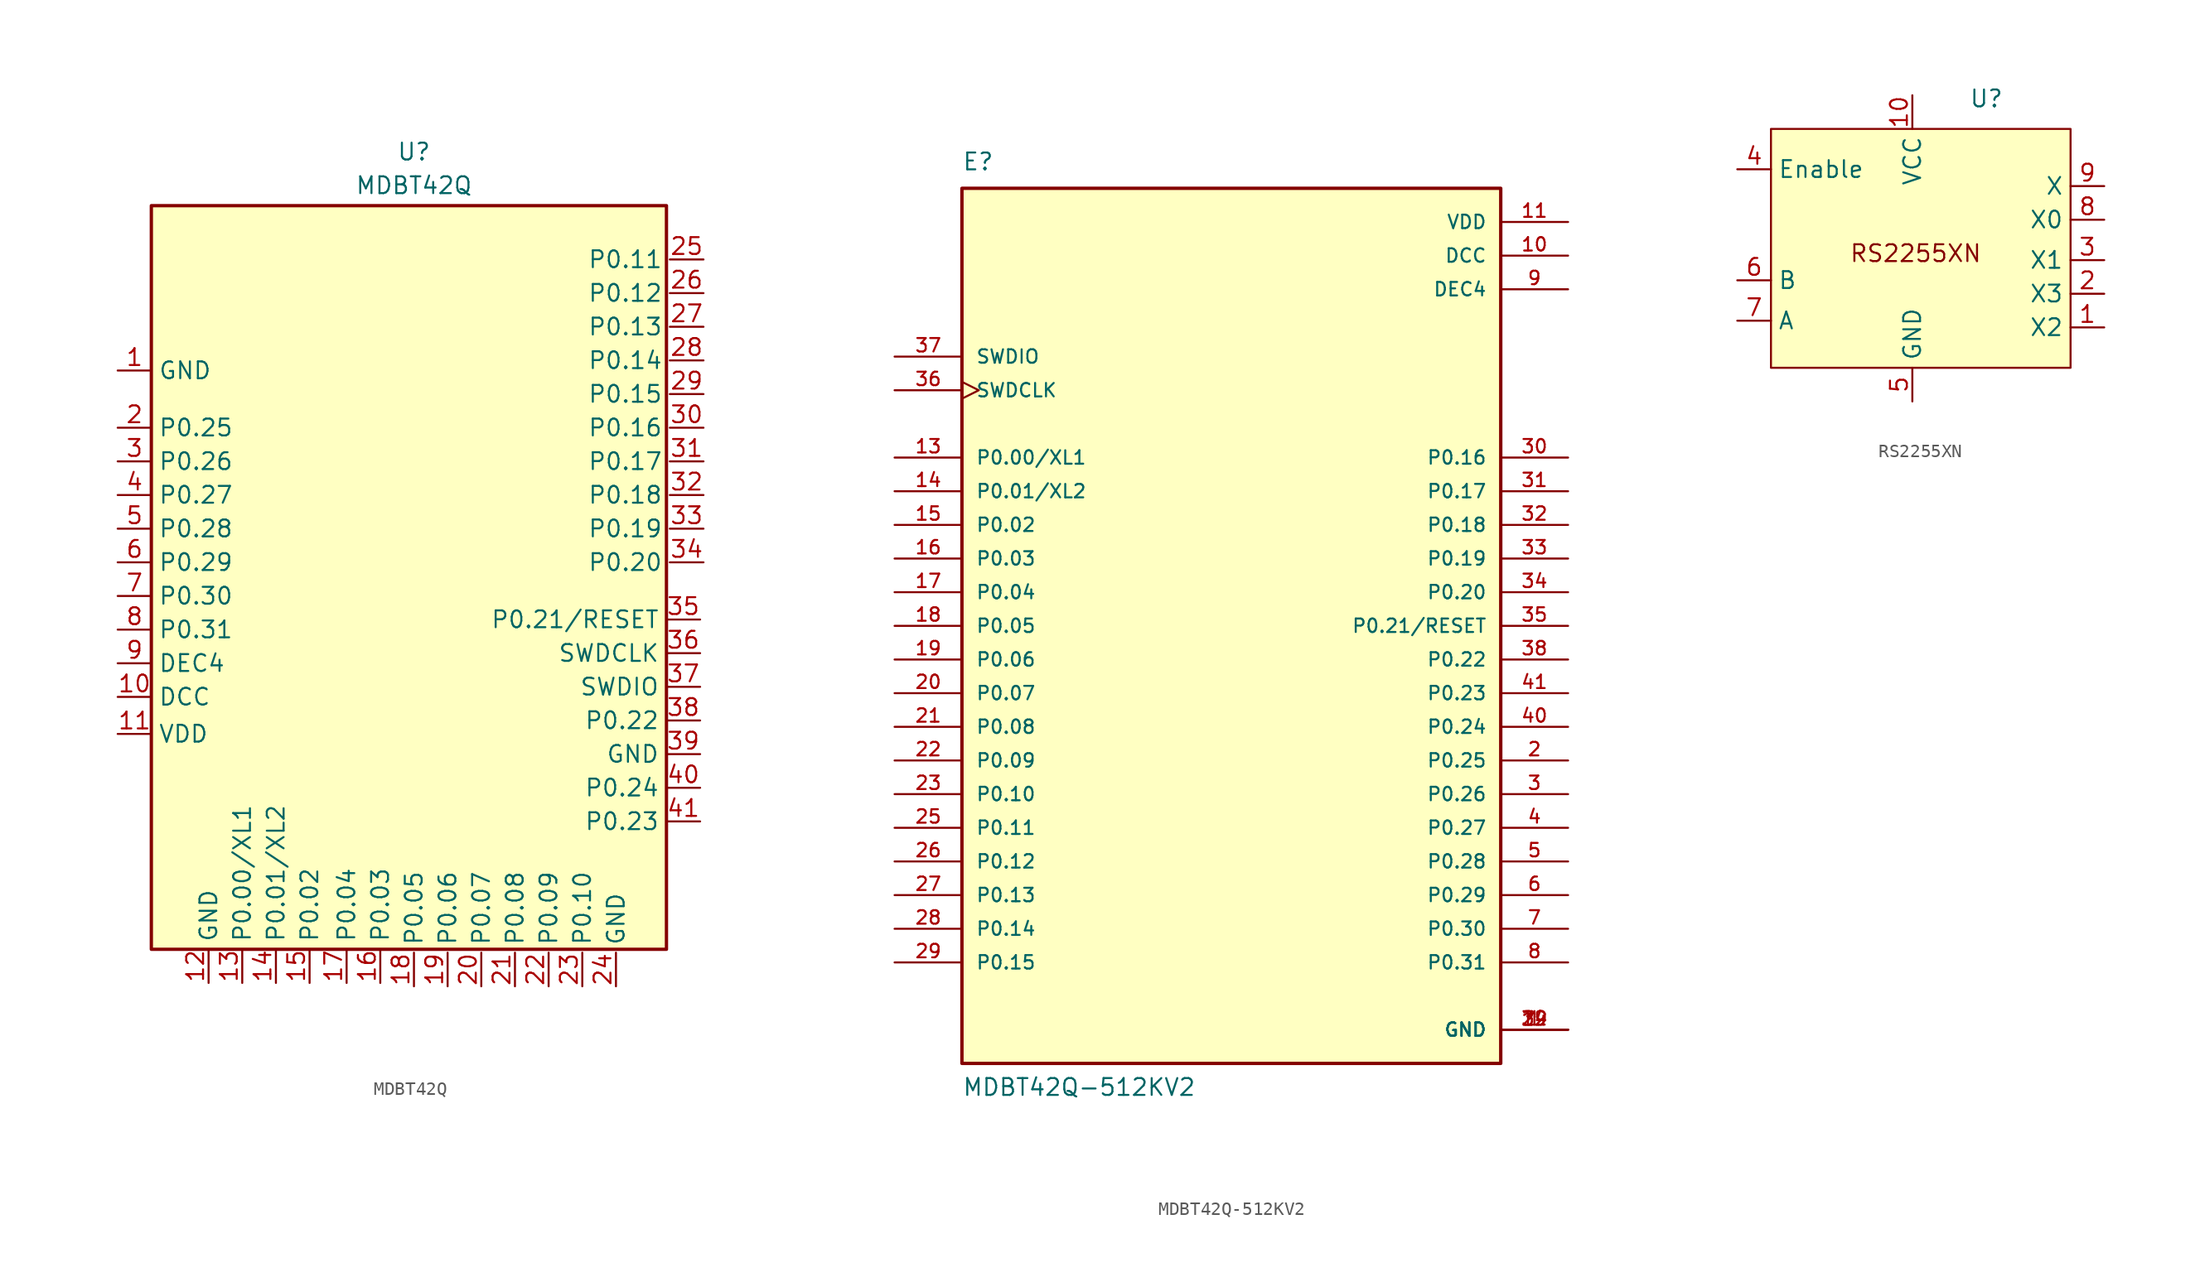
<source format=kicad_sym>
(kicad_symbol_lib
  (version 20220914)
  (generator kicad_symbol_editor)
  (symbol "MDBT42Q"
    (property "Reference" "U"
      (at 0 34.544 0)
      (effects (font (size 1.27 1.27))))
    (property "Value" "MDBT42Q"
      (at 0 32.004 0)
      (effects (font (size 1.27 1.27))))
    (symbol "MDBT42Q_0_0"
      (pin input line (at -22.352 -6.604 0) (length 2.54) (name "DCC" (effects (font (size 1.27 1.27)))) (number "10" (effects (font (size 1.27 1.27)))))
      (pin input line (at -22.352 -9.398 0) (length 2.54) (name "VDD" (effects (font (size 1.27 1.27)))) (number "11" (effects (font (size 1.27 1.27)))))
      (pin input line (at -15.494 -28.194 90) (length 2.54) (name "GND" (effects (font (size 1.27 1.27)))) (number "12" (effects (font (size 1.27 1.27)))))
      (pin input line (at -12.954 -28.194 90) (length 2.54) (name "P0.00/XL1" (effects (font (size 1.27 1.27)))) (number "13" (effects (font (size 1.27 1.27)))))
      (pin input line (at -10.414 -28.194 90) (length 2.54) (name "P0.01/XL2" (effects (font (size 1.27 1.27)))) (number "14" (effects (font (size 1.27 1.27)))))
      (pin input line (at -7.874 -28.194 90) (length 2.54) (name "P0.02" (effects (font (size 1.27 1.27)))) (number "15" (effects (font (size 1.27 1.27)))))
      (pin input line (at -2.54 -28.194 90) (length 2.54) (name "P0.03" (effects (font (size 1.27 1.27)))) (number "16" (effects (font (size 1.27 1.27)))))
      (pin input line (at -5.08 -28.194 90) (length 2.54) (name "P0.04" (effects (font (size 1.27 1.27)))) (number "17" (effects (font (size 1.27 1.27)))))
      (pin input line (at 0 -28.448 90) (length 2.54) (name "P0.05" (effects (font (size 1.27 1.27)))) (number "18" (effects (font (size 1.27 1.27)))))
      (pin input line (at 2.54 -28.448 90) (length 2.54) (name "P0.06" (effects (font (size 1.27 1.27)))) (number "19" (effects (font (size 1.27 1.27)))))
      (pin input line (at 5.08 -28.448 90) (length 2.54) (name "P0.07" (effects (font (size 1.27 1.27)))) (number "20" (effects (font (size 1.27 1.27)))))
      (pin input line (at 7.62 -28.448 90) (length 2.54) (name "P0.08" (effects (font (size 1.27 1.27)))) (number "21" (effects (font (size 1.27 1.27)))))
      (pin input line (at 10.16 -28.448 90) (length 2.54) (name "P0.09" (effects (font (size 1.27 1.27)))) (number "22" (effects (font (size 1.27 1.27)))))
      (pin input line (at 12.7 -28.448 90) (length 2.54) (name "P0.10" (effects (font (size 1.27 1.27)))) (number "23" (effects (font (size 1.27 1.27)))))
      (pin input line (at 15.24 -28.448 90) (length 2.54) (name "GND" (effects (font (size 1.27 1.27)))) (number "24" (effects (font (size 1.27 1.27)))))
      (pin input line (at 21.844 26.416 180) (length 2.54) (name "P0.11" (effects (font (size 1.27 1.27)))) (number "25" (effects (font (size 1.27 1.27)))))
      (pin input line (at 21.844 23.876 180) (length 2.54) (name "P0.12" (effects (font (size 1.27 1.27)))) (number "26" (effects (font (size 1.27 1.27)))))
      (pin input line (at 21.844 21.336 180) (length 2.54) (name "P0.13" (effects (font (size 1.27 1.27)))) (number "27" (effects (font (size 1.27 1.27)))))
      (pin input line (at 21.844 18.796 180) (length 2.54) (name "P0.14" (effects (font (size 1.27 1.27)))) (number "28" (effects (font (size 1.27 1.27)))))
      (pin input line (at 21.844 16.256 180) (length 2.54) (name "P0.15" (effects (font (size 1.27 1.27)))) (number "29" (effects (font (size 1.27 1.27)))))
      (pin input line (at -22.352 11.176 0) (length 2.54) (name "P0.26" (effects (font (size 1.27 1.27)))) (number "3" (effects (font (size 1.27 1.27)))))
      (pin input line (at 21.844 13.716 180) (length 2.54) (name "P0.16" (effects (font (size 1.27 1.27)))) (number "30" (effects (font (size 1.27 1.27)))))
      (pin input line (at 21.844 11.176 180) (length 2.54) (name "P0.17" (effects (font (size 1.27 1.27)))) (number "31" (effects (font (size 1.27 1.27)))))
      (pin input line (at 21.844 8.636 180) (length 2.54) (name "P0.18" (effects (font (size 1.27 1.27)))) (number "32" (effects (font (size 1.27 1.27)))))
      (pin input line (at 21.844 6.096 180) (length 2.54) (name "P0.19" (effects (font (size 1.27 1.27)))) (number "33" (effects (font (size 1.27 1.27)))))
      (pin input line (at 21.844 3.556 180) (length 2.54) (name "P0.20" (effects (font (size 1.27 1.27)))) (number "34" (effects (font (size 1.27 1.27)))))
      (pin input line (at 21.59 -0.762 180) (length 2.54) (name "P0.21/RESET" (effects (font (size 1.27 1.27)))) (number "35" (effects (font (size 1.27 1.27)))))
      (pin input line (at 21.59 -3.302 180) (length 2.54) (name "SWDCLK" (effects (font (size 1.27 1.27)))) (number "36" (effects (font (size 1.27 1.27)))))
      (pin input line (at 21.59 -5.842 180) (length 2.54) (name "SWDIO" (effects (font (size 1.27 1.27)))) (number "37" (effects (font (size 1.27 1.27)))))
      (pin input line (at 21.59 -8.382 180) (length 2.54) (name "P0.22" (effects (font (size 1.27 1.27)))) (number "38" (effects (font (size 1.27 1.27)))))
      (pin input line (at 21.59 -10.922 180) (length 2.54) (name "GND" (effects (font (size 1.27 1.27)))) (number "39" (effects (font (size 1.27 1.27)))))
      (pin input line (at -22.352 8.636 0) (length 2.54) (name "P0.27" (effects (font (size 1.27 1.27)))) (number "4" (effects (font (size 1.27 1.27)))))
      (pin input line (at 21.59 -13.462 180) (length 2.54) (name "P0.24" (effects (font (size 1.27 1.27)))) (number "40" (effects (font (size 1.27 1.27)))))
      (pin input line (at 21.59 -16.002 180) (length 2.54) (name "P0.23" (effects (font (size 1.27 1.27)))) (number "41" (effects (font (size 1.27 1.27)))))
      (pin input line (at -22.352 6.096 0) (length 2.54) (name "P0.28" (effects (font (size 1.27 1.27)))) (number "5" (effects (font (size 1.27 1.27)))))
      (pin input line (at -22.352 3.556 0) (length 2.54) (name "P0.29" (effects (font (size 1.27 1.27)))) (number "6" (effects (font (size 1.27 1.27)))))
      (pin input line (at -22.352 1.016 0) (length 2.54) (name "P0.30" (effects (font (size 1.27 1.27)))) (number "7" (effects (font (size 1.27 1.27)))))
      (pin input line (at -22.352 -1.524 0) (length 2.54) (name "P0.31" (effects (font (size 1.27 1.27)))) (number "8" (effects (font (size 1.27 1.27)))))
      (pin input line (at -22.352 -4.064 0) (length 2.54) (name "DEC4" (effects (font (size 1.27 1.27)))) (number "9" (effects (font (size 1.27 1.27))))))
    (symbol "MDBT42Q_0_1"
      (rectangle (start -19.812 30.48) (end 19.05 -25.654) (stroke (width 0.25) (type default)) (fill (type background))))
    (symbol "MDBT42Q_1_1"
      (pin input line (at -22.352 18.034 0) (length 2.54) (name "GND" (effects (font (size 1.27 1.27)))) (number "1" (effects (font (size 1.27 1.27)))))
      (pin input line (at -22.352 13.716 0) (length 2.54) (name "P0.25" (effects (font (size 1.27 1.27)))) (number "2" (effects (font (size 1.27 1.27)))))))
  (symbol "MDBT42Q-512KV2"
    (pin_names
      (offset 1.016))
    (property "Reference" "E"
      (at -20.32 34.29 0)
      (effects (font (size 1.27 1.27)) (justify left bottom)))
    (property "Value" "MDBT42Q-512KV2"
      (at -20.32 -35.56 0)
      (effects (font (size 1.27 1.27)) (justify left bottom)))
    (symbol "MDBT42Q-512KV2_0_0"
      (rectangle (start -20.32 -33.02) (end 20.32 33.02) (stroke (width 0.254) (type default)) (fill (type background)))
      (pin power_in line (at 25.4 -30.48 180) (length 5.08) (name "GND" (effects (font (size 1.016 1.016)))) (number "1" (effects (font (size 1.016 1.016)))))
      (pin power_in line (at 25.4 27.94 180) (length 5.08) (name "DCC" (effects (font (size 1.016 1.016)))) (number "10" (effects (font (size 1.016 1.016)))))
      (pin power_in line (at 25.4 30.48 180) (length 5.08) (name "VDD" (effects (font (size 1.016 1.016)))) (number "11" (effects (font (size 1.016 1.016)))))
      (pin power_in line (at 25.4 -30.48 180) (length 5.08) (name "GND" (effects (font (size 1.016 1.016)))) (number "12" (effects (font (size 1.016 1.016)))))
      (pin bidirectional line (at -25.4 12.7 0) (length 5.08) (name "P0.00/XL1" (effects (font (size 1.016 1.016)))) (number "13" (effects (font (size 1.016 1.016)))))
      (pin bidirectional line (at -25.4 10.16 0) (length 5.08) (name "P0.01/XL2" (effects (font (size 1.016 1.016)))) (number "14" (effects (font (size 1.016 1.016)))))
      (pin bidirectional line (at -25.4 7.62 0) (length 5.08) (name "P0.02" (effects (font (size 1.016 1.016)))) (number "15" (effects (font (size 1.016 1.016)))))
      (pin bidirectional line (at -25.4 5.08 0) (length 5.08) (name "P0.03" (effects (font (size 1.016 1.016)))) (number "16" (effects (font (size 1.016 1.016)))))
      (pin bidirectional line (at -25.4 2.54 0) (length 5.08) (name "P0.04" (effects (font (size 1.016 1.016)))) (number "17" (effects (font (size 1.016 1.016)))))
      (pin bidirectional line (at -25.4 0 0) (length 5.08) (name "P0.05" (effects (font (size 1.016 1.016)))) (number "18" (effects (font (size 1.016 1.016)))))
      (pin bidirectional line (at -25.4 -2.54 0) (length 5.08) (name "P0.06" (effects (font (size 1.016 1.016)))) (number "19" (effects (font (size 1.016 1.016)))))
      (pin bidirectional line (at 25.4 -10.16 180) (length 5.08) (name "P0.25" (effects (font (size 1.016 1.016)))) (number "2" (effects (font (size 1.016 1.016)))))
      (pin bidirectional line (at -25.4 -5.08 0) (length 5.08) (name "P0.07" (effects (font (size 1.016 1.016)))) (number "20" (effects (font (size 1.016 1.016)))))
      (pin bidirectional line (at -25.4 -7.62 0) (length 5.08) (name "P0.08" (effects (font (size 1.016 1.016)))) (number "21" (effects (font (size 1.016 1.016)))))
      (pin bidirectional line (at -25.4 -10.16 0) (length 5.08) (name "P0.09" (effects (font (size 1.016 1.016)))) (number "22" (effects (font (size 1.016 1.016)))))
      (pin bidirectional line (at -25.4 -12.7 0) (length 5.08) (name "P0.10" (effects (font (size 1.016 1.016)))) (number "23" (effects (font (size 1.016 1.016)))))
      (pin power_in line (at 25.4 -30.48 180) (length 5.08) (name "GND" (effects (font (size 1.016 1.016)))) (number "24" (effects (font (size 1.016 1.016)))))
      (pin bidirectional line (at -25.4 -15.24 0) (length 5.08) (name "P0.11" (effects (font (size 1.016 1.016)))) (number "25" (effects (font (size 1.016 1.016)))))
      (pin bidirectional line (at -25.4 -17.78 0) (length 5.08) (name "P0.12" (effects (font (size 1.016 1.016)))) (number "26" (effects (font (size 1.016 1.016)))))
      (pin bidirectional line (at -25.4 -20.32 0) (length 5.08) (name "P0.13" (effects (font (size 1.016 1.016)))) (number "27" (effects (font (size 1.016 1.016)))))
      (pin bidirectional line (at -25.4 -22.86 0) (length 5.08) (name "P0.14" (effects (font (size 1.016 1.016)))) (number "28" (effects (font (size 1.016 1.016)))))
      (pin bidirectional line (at -25.4 -25.4 0) (length 5.08) (name "P0.15" (effects (font (size 1.016 1.016)))) (number "29" (effects (font (size 1.016 1.016)))))
      (pin bidirectional line (at 25.4 -12.7 180) (length 5.08) (name "P0.26" (effects (font (size 1.016 1.016)))) (number "3" (effects (font (size 1.016 1.016)))))
      (pin bidirectional line (at 25.4 12.7 180) (length 5.08) (name "P0.16" (effects (font (size 1.016 1.016)))) (number "30" (effects (font (size 1.016 1.016)))))
      (pin bidirectional line (at 25.4 10.16 180) (length 5.08) (name "P0.17" (effects (font (size 1.016 1.016)))) (number "31" (effects (font (size 1.016 1.016)))))
      (pin bidirectional line (at 25.4 7.62 180) (length 5.08) (name "P0.18" (effects (font (size 1.016 1.016)))) (number "32" (effects (font (size 1.016 1.016)))))
      (pin bidirectional line (at 25.4 5.08 180) (length 5.08) (name "P0.19" (effects (font (size 1.016 1.016)))) (number "33" (effects (font (size 1.016 1.016)))))
      (pin bidirectional line (at 25.4 2.54 180) (length 5.08) (name "P0.20" (effects (font (size 1.016 1.016)))) (number "34" (effects (font (size 1.016 1.016)))))
      (pin bidirectional line (at 25.4 0 180) (length 5.08) (name "P0.21/RESET" (effects (font (size 1.016 1.016)))) (number "35" (effects (font (size 1.016 1.016)))))
      (pin input clock (at -25.4 17.78 0) (length 5.08) (name "SWDCLK" (effects (font (size 1.016 1.016)))) (number "36" (effects (font (size 1.016 1.016)))))
      (pin bidirectional line (at -25.4 20.32 0) (length 5.08) (name "SWDIO" (effects (font (size 1.016 1.016)))) (number "37" (effects (font (size 1.016 1.016)))))
      (pin bidirectional line (at 25.4 -2.54 180) (length 5.08) (name "P0.22" (effects (font (size 1.016 1.016)))) (number "38" (effects (font (size 1.016 1.016)))))
      (pin power_in line (at 25.4 -30.48 180) (length 5.08) (name "GND" (effects (font (size 1.016 1.016)))) (number "39" (effects (font (size 1.016 1.016)))))
      (pin bidirectional line (at 25.4 -15.24 180) (length 5.08) (name "P0.27" (effects (font (size 1.016 1.016)))) (number "4" (effects (font (size 1.016 1.016)))))
      (pin bidirectional line (at 25.4 -7.62 180) (length 5.08) (name "P0.24" (effects (font (size 1.016 1.016)))) (number "40" (effects (font (size 1.016 1.016)))))
      (pin bidirectional line (at 25.4 -5.08 180) (length 5.08) (name "P0.23" (effects (font (size 1.016 1.016)))) (number "41" (effects (font (size 1.016 1.016)))))
      (pin bidirectional line (at 25.4 -17.78 180) (length 5.08) (name "P0.28" (effects (font (size 1.016 1.016)))) (number "5" (effects (font (size 1.016 1.016)))))
      (pin bidirectional line (at 25.4 -20.32 180) (length 5.08) (name "P0.29" (effects (font (size 1.016 1.016)))) (number "6" (effects (font (size 1.016 1.016)))))
      (pin bidirectional line (at 25.4 -22.86 180) (length 5.08) (name "P0.30" (effects (font (size 1.016 1.016)))) (number "7" (effects (font (size 1.016 1.016)))))
      (pin bidirectional line (at 25.4 -25.4 180) (length 5.08) (name "P0.31" (effects (font (size 1.016 1.016)))) (number "8" (effects (font (size 1.016 1.016)))))
      (pin power_in line (at 25.4 25.4 180) (length 5.08) (name "DEC4" (effects (font (size 1.016 1.016)))) (number "9" (effects (font (size 1.016 1.016)))))))
  (symbol "RS2255XN"
    (property "Reference" "U"
      (at 5.588 12.7 0)
      (effects (font (size 1.27 1.27))))
    (property "Value" ""
      (at 0 2.032 0)
      (effects (font (size 1.27 1.27))))
    (symbol "RS2255XN_0_0"
      (pin output line (at 14.478 -4.572 180) (length 2.54) (name "X2" (effects (font (size 1.27 1.27)))) (number "1" (effects (font (size 1.27 1.27)))))
      (pin input line (at 0 12.954 270) (length 2.54) (name "VCC" (effects (font (size 1.27 1.27)))) (number "10" (effects (font (size 1.27 1.27)))))
      (pin output line (at 14.478 -2.032 180) (length 2.54) (name "X3" (effects (font (size 1.27 1.27)))) (number "2" (effects (font (size 1.27 1.27)))))
      (pin output line (at 14.478 0.508 180) (length 2.54) (name "X1" (effects (font (size 1.27 1.27)))) (number "3" (effects (font (size 1.27 1.27)))))
      (pin input line (at -13.208 7.366 0) (length 2.54) (name "Enable" (effects (font (size 1.27 1.27)))) (number "4" (effects (font (size 1.27 1.27)))))
      (pin input line (at 0 -10.16 90) (length 2.54) (name "GND" (effects (font (size 1.27 1.27)))) (number "5" (effects (font (size 1.27 1.27)))))
      (pin input line (at -13.208 -1.016 0) (length 2.54) (name "B" (effects (font (size 1.27 1.27)))) (number "6" (effects (font (size 1.27 1.27)))))
      (pin input line (at -13.208 -4.064 0) (length 2.54) (name "A" (effects (font (size 1.27 1.27)))) (number "7" (effects (font (size 1.27 1.27)))))
      (pin output line (at 14.478 3.556 180) (length 2.54) (name "X0" (effects (font (size 1.27 1.27)))) (number "8" (effects (font (size 1.27 1.27))))))
    (symbol "RS2255XN_1_0"
      (pin output line (at 14.478 6.096 180) (length 2.54) (name "X" (effects (font (size 1.27 1.27)))) (number "9" (effects (font (size 1.27 1.27))))))
    (symbol "RS2255XN_1_1"
      (rectangle (start -10.668 10.414) (end 11.938 -7.62) (stroke (width 0) (type default)) (fill (type background)))
      (text "RS2255XN" (at 0.254 1.016 0) (effects (font (size 1.27 1.27)))))))
</source>
